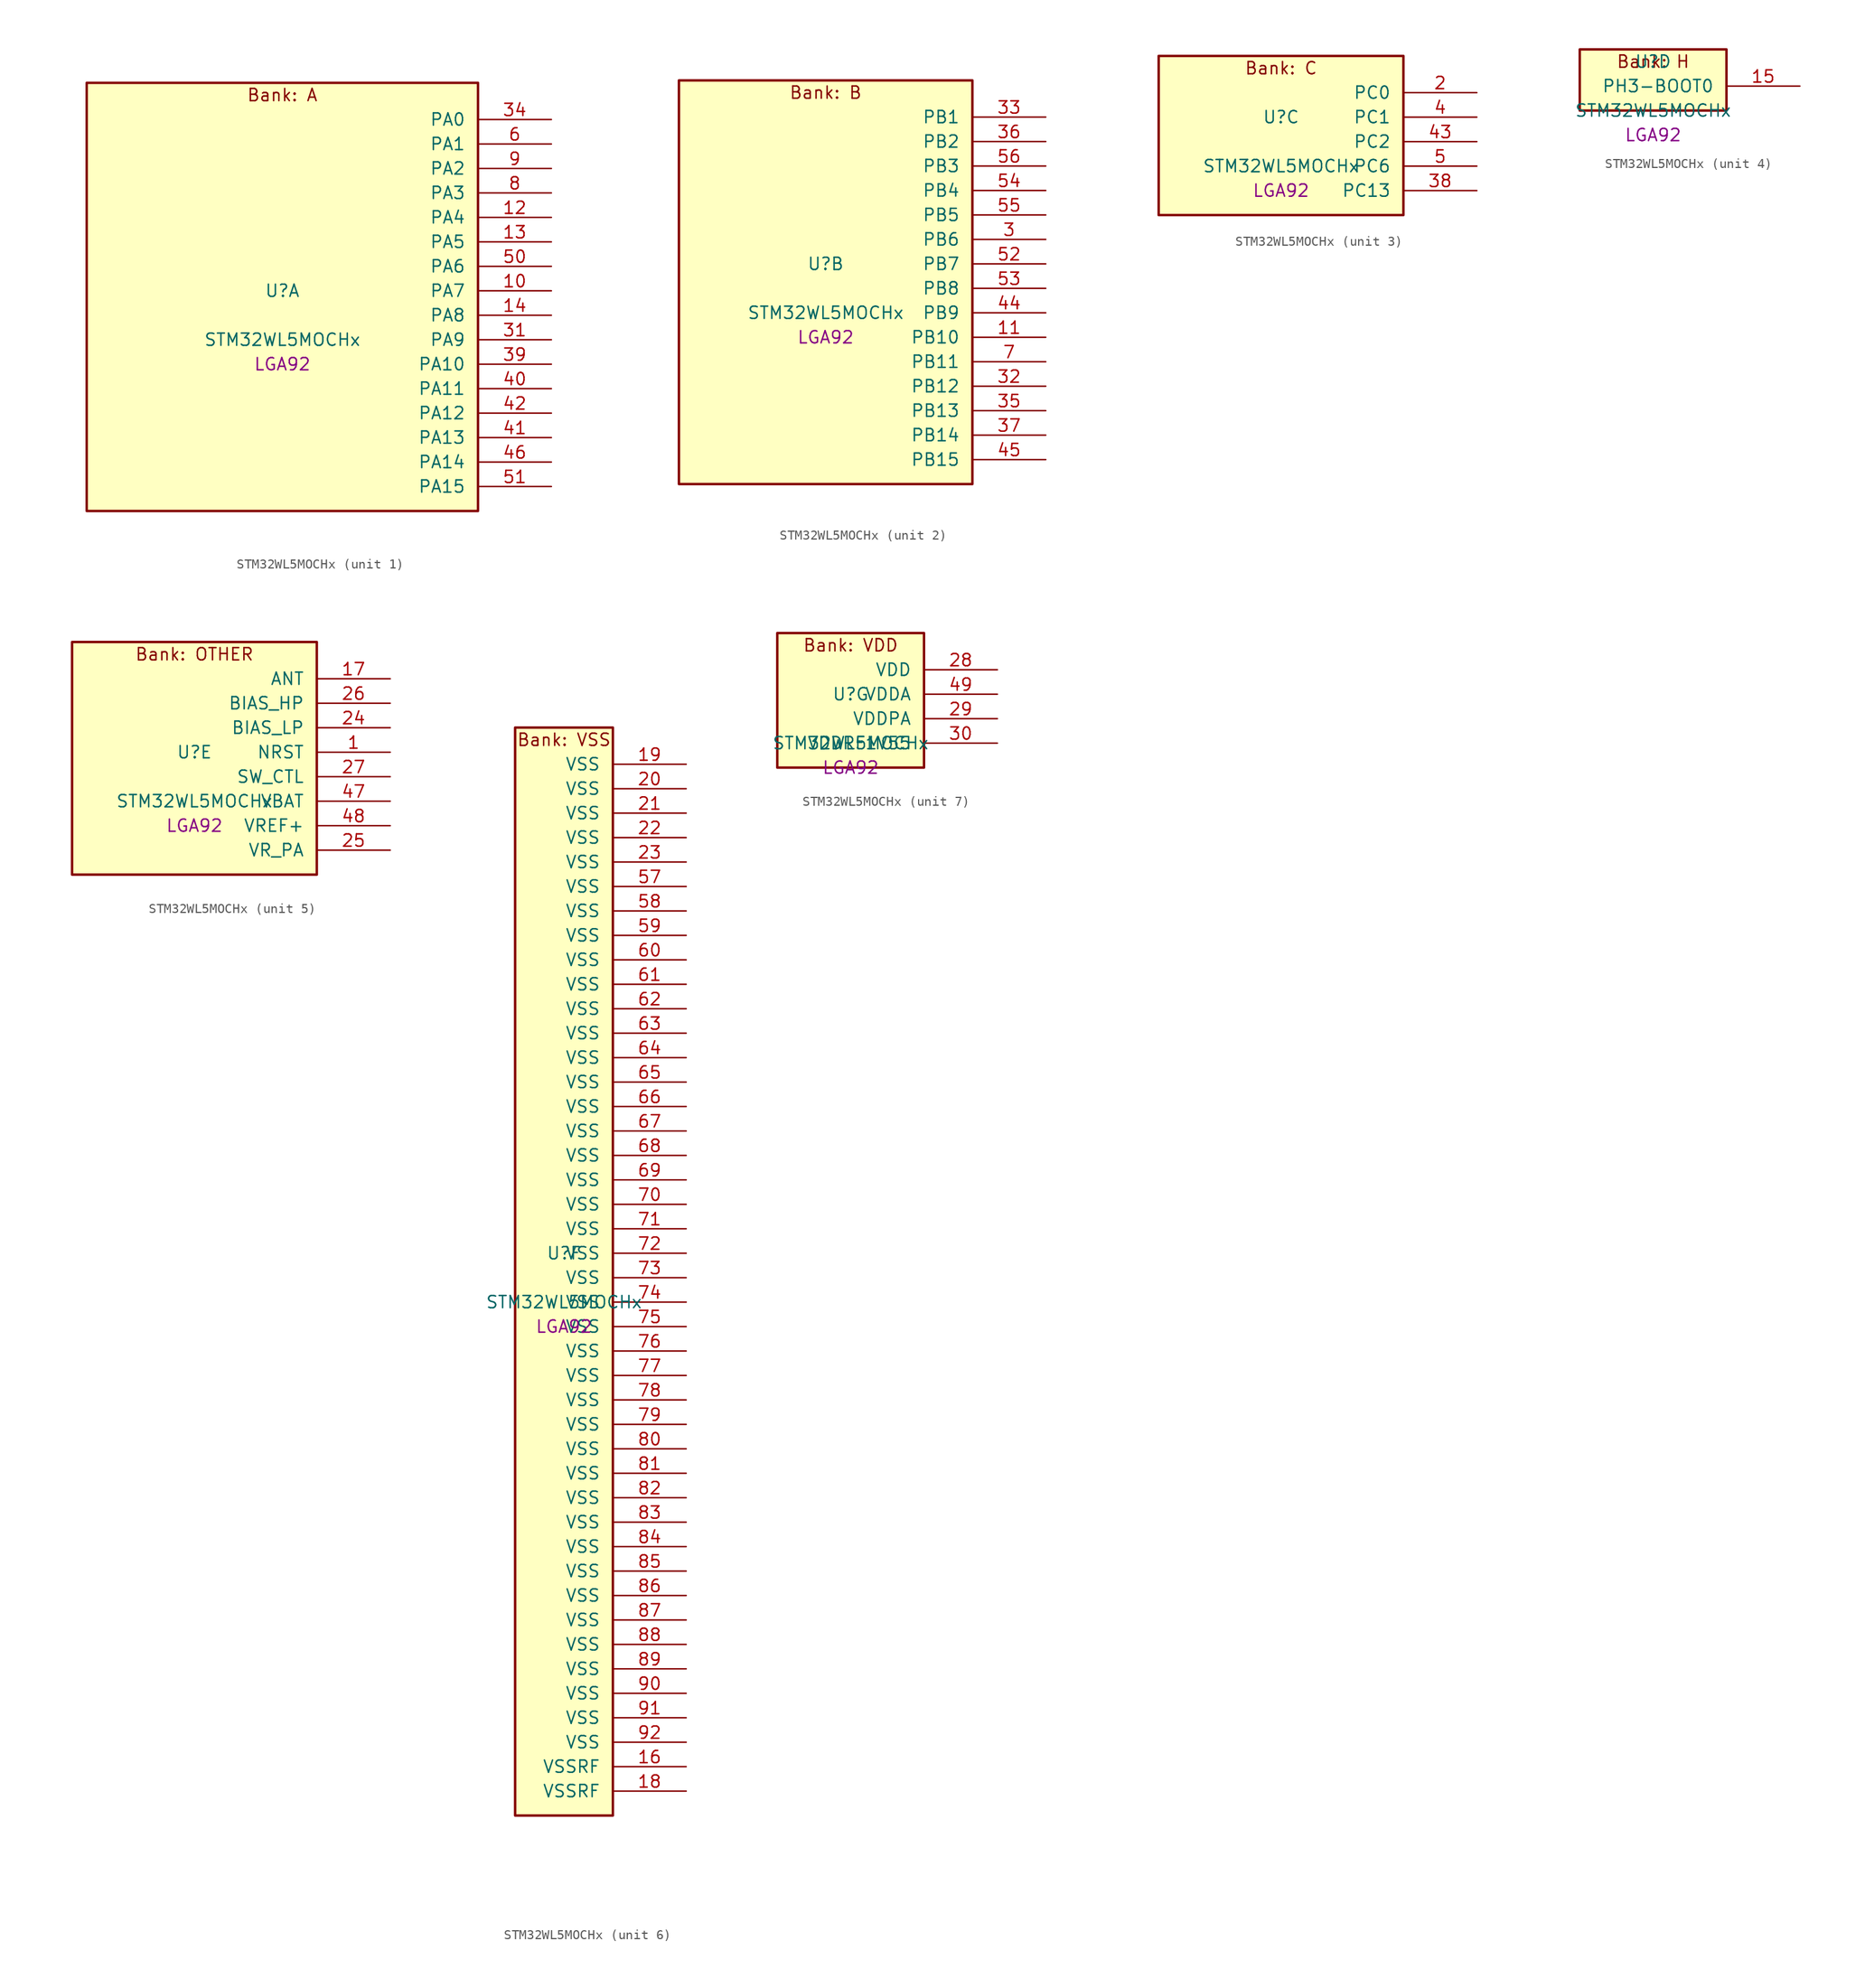
<source format=kicad_sym>
(kicad_symbol_lib
  (version 20241209)
  (generator "stm32_pkl_generator")
  (generator_version "1.0")
  (symbol "STM32WL5MOCHx"
    (pin_names
      (offset 1.27))
    (property "Reference" "U"
      (at 0 2.54 0))
    (property "Value" "STM32WL5MOCHx"
      (at 0 -2.54 0))
    (property "Footprint" "LGA92"
      (at 0 -5.08 0))
    (symbol "STM32WL5MOCHx_1_1"
      (rectangle (start -20.32 24.13) (end 20.32 -20.32) (stroke (width 0.254) (type solid)) (fill (type background)))
      (text "Bank: A" (at 0 22.86 0))
      (pin bidirectional line (at 27.94 20.32 180) (length 7.62) (name "PA0") (number "34") (alternate "PA0/COMP1_OUT" bidirectional line) (alternate "PA0/DEBUG_PWR-REGLP1S" bidirectional line) (alternate "PA0/I2C3_SMBA" bidirectional line) (alternate "PA0/I2S_CKIN" bidirectional line) (alternate "PA0/PWR_WKUP1" bidirectional line) (alternate "PA0/RTC_TAMP_IN2" bidirectional line) (alternate "PA0/TIM2_CH1" bidirectional line) (alternate "PA0/TIM2_ETR" bidirectional line) (alternate "PA0/USART2_CTS" bidirectional line) (alternate "PA0/USART2_NSS" bidirectional line))
      (pin bidirectional line (at 27.94 17.78 180) (length 7.62) (name "PA1") (number "6") (alternate "PA1/DEBUG_PWR-REGLP2S" bidirectional line) (alternate "PA1/I2C1_SMBA" bidirectional line) (alternate "PA1/LPTIM3_OUT" bidirectional line) (alternate "PA1/LPUART1_RTS" bidirectional line) (alternate "PA1/SPI1_SCK" bidirectional line) (alternate "PA1/TIM2_CH2" bidirectional line) (alternate "PA1/USART2_DE" bidirectional line) (alternate "PA1/USART2_RTS" bidirectional line))
      (pin bidirectional line (at 27.94 15.24 180) (length 7.62) (name "PA2") (number "9") (alternate "PA2/COMP2_OUT" bidirectional line) (alternate "PA2/DEBUG_PWR-LDORDY" bidirectional line) (alternate "PA2/LPUART1_TX" bidirectional line) (alternate "PA2/RCC_LSCO" bidirectional line) (alternate "PA2/TIM2_CH3" bidirectional line) (alternate "PA2/USART2_TX" bidirectional line))
      (pin bidirectional line (at 27.94 12.7 180) (length 7.62) (name "PA3") (number "8") (alternate "PA3/I2S2_MCK" bidirectional line) (alternate "PA3/LPUART1_RX" bidirectional line) (alternate "PA3/TIM2_CH4" bidirectional line) (alternate "PA3/USART2_RX" bidirectional line))
      (pin bidirectional line (at 27.94 10.16 180) (length 7.62) (name "PA4") (number "12") (alternate "PA4/DEBUG_SUBGHZSPI-NSSOUT" bidirectional line) (alternate "PA4/LPTIM1_OUT" bidirectional line) (alternate "PA4/LPTIM2_OUT" bidirectional line) (alternate "PA4/RTC_OUT2" bidirectional line) (alternate "PA4/SPI1_NSS" bidirectional line) (alternate "PA4/USART2_CK" bidirectional line))
      (pin bidirectional line (at 27.94 7.62 180) (length 7.62) (name "PA5") (number "13") (alternate "PA5/DEBUG_SUBGHZSPI-SCKOUT" bidirectional line) (alternate "PA5/LPTIM2_ETR" bidirectional line) (alternate "PA5/SPI1_SCK" bidirectional line) (alternate "PA5/SPI2_MISO" bidirectional line) (alternate "PA5/TIM2_CH1" bidirectional line) (alternate "PA5/TIM2_ETR" bidirectional line))
      (pin bidirectional line (at 27.94 5.08 180) (length 7.62) (name "PA6") (number "50") (alternate "PA6/DEBUG_SUBGHZSPI-MISOOUT" bidirectional line) (alternate "PA6/I2C2_SMBA" bidirectional line) (alternate "PA6/LPUART1_CTS" bidirectional line) (alternate "PA6/SPI1_MISO" bidirectional line) (alternate "PA6/TIM16_CH1" bidirectional line) (alternate "PA6/TIM1_BKIN" bidirectional line))
      (pin bidirectional line (at 27.94 2.54 180) (length 7.62) (name "PA7") (number "10") (alternate "PA7/COMP2_OUT" bidirectional line) (alternate "PA7/DEBUG_SUBGHZSPI-MOSIOUT" bidirectional line) (alternate "PA7/I2C3_SCL" bidirectional line) (alternate "PA7/SPI1_MOSI" bidirectional line) (alternate "PA7/TIM17_CH1" bidirectional line) (alternate "PA7/TIM1_CH1N" bidirectional line))
      (pin bidirectional line (at 27.94 0 180) (length 7.62) (name "PA8") (number "14") (alternate "PA8/I2S2_CK" bidirectional line) (alternate "PA8/LPTIM2_OUT" bidirectional line) (alternate "PA8/RCC_MCO" bidirectional line) (alternate "PA8/SPI2_SCK" bidirectional line) (alternate "PA8/TIM1_CH1" bidirectional line) (alternate "PA8/USART1_CK" bidirectional line))
      (pin bidirectional line (at 27.94 -2.54 180) (length 7.62) (name "PA9") (number "31") (alternate "PA9/DAC_EXTI9" bidirectional line) (alternate "PA9/I2C1_SCL" bidirectional line) (alternate "PA9/I2S2_CK" bidirectional line) (alternate "PA9/I2S2_WS" bidirectional line) (alternate "PA9/SPI2_NSS" bidirectional line) (alternate "PA9/SPI2_SCK" bidirectional line) (alternate "PA9/TIM1_CH2" bidirectional line) (alternate "PA9/USART1_TX" bidirectional line))
      (pin bidirectional line (at 27.94 -5.08 180) (length 7.62) (name "PA10") (number "39") (alternate "PA10/ADC_IN6" bidirectional line) (alternate "PA10/COMP1_INM" bidirectional line) (alternate "PA10/COMP2_INM" bidirectional line) (alternate "PA10/DAC_OUT1" bidirectional line) (alternate "PA10/DEBUG_RF-HSE32RDY" bidirectional line) (alternate "PA10/I2C1_SDA" bidirectional line) (alternate "PA10/I2S2_SD" bidirectional line) (alternate "PA10/RTC_REFIN" bidirectional line) (alternate "PA10/SPI2_MOSI" bidirectional line) (alternate "PA10/TIM17_BKIN" bidirectional line) (alternate "PA10/TIM1_CH3" bidirectional line) (alternate "PA10/USART1_RX" bidirectional line))
      (pin bidirectional line (at 27.94 -7.62 180) (length 7.62) (name "PA11") (number "40") (alternate "PA11/ADC_EXTI11" bidirectional line) (alternate "PA11/ADC_IN7" bidirectional line) (alternate "PA11/COMP1_INM" bidirectional line) (alternate "PA11/COMP2_INM" bidirectional line) (alternate "PA11/DEBUG_RF-NRESET" bidirectional line) (alternate "PA11/I2C2_SDA" bidirectional line) (alternate "PA11/LPTIM3_ETR" bidirectional line) (alternate "PA11/SPI1_MISO" bidirectional line) (alternate "PA11/TIM1_BKIN2" bidirectional line) (alternate "PA11/TIM1_CH4" bidirectional line) (alternate "PA11/USART1_CTS" bidirectional line) (alternate "PA11/USART1_NSS" bidirectional line))
      (pin bidirectional line (at 27.94 -10.16 180) (length 7.62) (name "PA12") (number "42") (alternate "PA12/ADC_IN8" bidirectional line) (alternate "PA12/DEBUG_RF-BUSY" bidirectional line) (alternate "PA12/I2C2_SCL" bidirectional line) (alternate "PA12/LPTIM3_IN1" bidirectional line) (alternate "PA12/SPI1_MOSI" bidirectional line) (alternate "PA12/TIM1_ETR" bidirectional line) (alternate "PA12/USART1_DE" bidirectional line) (alternate "PA12/USART1_RTS" bidirectional line))
      (pin bidirectional line (at 27.94 -12.7 180) (length 7.62) (name "PA13") (number "41") (alternate "PA13/ADC_IN9" bidirectional line) (alternate "PA13/DEBUG_JTMS-SWDIO" bidirectional line) (alternate "PA13/I2C2_SMBA" bidirectional line) (alternate "PA13/IR_OUT" bidirectional line))
      (pin bidirectional line (at 27.94 -15.24 180) (length 7.62) (name "PA14") (number "46") (alternate "PA14/ADC_IN10" bidirectional line) (alternate "PA14/DEBUG_JTCK-SWCLK" bidirectional line) (alternate "PA14/I2C1_SMBA" bidirectional line) (alternate "PA14/LPTIM1_OUT" bidirectional line))
      (pin bidirectional line (at 27.94 -17.78 180) (length 7.62) (name "PA15") (number "51") (alternate "PA15/ADC_IN11" bidirectional line) (alternate "PA15/COMP1_INM" bidirectional line) (alternate "PA15/COMP2_INP" bidirectional line) (alternate "PA15/DEBUG_JTDI" bidirectional line) (alternate "PA15/I2C2_SDA" bidirectional line) (alternate "PA15/SPI1_NSS" bidirectional line) (alternate "PA15/TIM2_CH1" bidirectional line) (alternate "PA15/TIM2_ETR" bidirectional line)))
    (symbol "STM32WL5MOCHx_2_1"
      (rectangle (start -15.24 21.59) (end 15.24 -20.32) (stroke (width 0.254) (type solid)) (fill (type background)))
      (text "Bank: B" (at 0 20.32 0))
      (pin bidirectional line (at 22.86 17.78 180) (length 7.62) (name "PB1") (number "33") (alternate "PB1/ADC_IN5" bidirectional line) (alternate "PB1/COMP2_INP" bidirectional line) (alternate "PB1/LPTIM2_IN1" bidirectional line) (alternate "PB1/LPUART1_DE" bidirectional line) (alternate "PB1/LPUART1_RTS" bidirectional line))
      (pin bidirectional line (at 22.86 15.24 180) (length 7.62) (name "PB2") (number "36") (alternate "PB2/ADC_IN4" bidirectional line) (alternate "PB2/COMP1_INP" bidirectional line) (alternate "PB2/COMP2_INM" bidirectional line) (alternate "PB2/DEBUG_RF-SMPSRDY" bidirectional line) (alternate "PB2/I2C3_SMBA" bidirectional line) (alternate "PB2/LPTIM1_OUT" bidirectional line) (alternate "PB2/SPI1_NSS" bidirectional line))
      (pin bidirectional line (at 22.86 12.7 180) (length 7.62) (name "PB3") (number "56") (alternate "PB3/ADC_IN2" bidirectional line) (alternate "PB3/COMP1_INM" bidirectional line) (alternate "PB3/COMP2_INM" bidirectional line) (alternate "PB3/DEBUG_JTDO-SWO" bidirectional line) (alternate "PB3/DEBUG_RF-DTB1" bidirectional line) (alternate "PB3/PWR_WKUP3" bidirectional line) (alternate "PB3/RTC_TAMP_IN3" bidirectional line) (alternate "PB3/SPI1_SCK" bidirectional line) (alternate "PB3/TIM2_CH2" bidirectional line) (alternate "PB3/USART1_DE" bidirectional line) (alternate "PB3/USART1_RTS" bidirectional line))
      (pin bidirectional line (at 22.86 10.16 180) (length 7.62) (name "PB4") (number "54") (alternate "PB4/ADC_IN3" bidirectional line) (alternate "PB4/COMP1_INP" bidirectional line) (alternate "PB4/COMP2_INP" bidirectional line) (alternate "PB4/DEBUG_JTRST" bidirectional line) (alternate "PB4/DEBUG_RF-LDORDY" bidirectional line) (alternate "PB4/I2C3_SDA" bidirectional line) (alternate "PB4/SPI1_MISO" bidirectional line) (alternate "PB4/TIM17_BKIN" bidirectional line) (alternate "PB4/USART1_CTS" bidirectional line) (alternate "PB4/USART1_NSS" bidirectional line))
      (pin bidirectional line (at 22.86 7.62 180) (length 7.62) (name "PB5") (number "55") (alternate "PB5/COMP2_OUT" bidirectional line) (alternate "PB5/I2C1_SMBA" bidirectional line) (alternate "PB5/LPTIM1_IN1" bidirectional line) (alternate "PB5/SPI1_MOSI" bidirectional line) (alternate "PB5/TIM16_BKIN" bidirectional line) (alternate "PB5/USART1_CK" bidirectional line))
      (pin bidirectional line (at 22.86 5.08 180) (length 7.62) (name "PB6") (number "3") (alternate "PB6/I2C1_SCL" bidirectional line) (alternate "PB6/LPTIM1_ETR" bidirectional line) (alternate "PB6/TIM16_CH1N" bidirectional line) (alternate "PB6/USART1_TX" bidirectional line))
      (pin bidirectional line (at 22.86 2.54 180) (length 7.62) (name "PB7") (number "52") (alternate "PB7/I2C1_SDA" bidirectional line) (alternate "PB7/LPTIM1_IN2" bidirectional line) (alternate "PB7/PWR_PVD_IN" bidirectional line) (alternate "PB7/TIM17_CH1N" bidirectional line) (alternate "PB7/TIM1_BKIN" bidirectional line) (alternate "PB7/USART1_RX" bidirectional line))
      (pin bidirectional line (at 22.86 0 180) (length 7.62) (name "PB8") (number "53") (alternate "PB8/I2C1_SCL" bidirectional line) (alternate "PB8/TIM16_CH1" bidirectional line) (alternate "PB8/TIM1_CH2N" bidirectional line))
      (pin bidirectional line (at 22.86 -2.54 180) (length 7.62) (name "PB9") (number "44") (alternate "PB9/DAC_EXTI9" bidirectional line) (alternate "PB9/I2C1_SDA" bidirectional line) (alternate "PB9/I2S2_WS" bidirectional line) (alternate "PB9/IR_OUT" bidirectional line) (alternate "PB9/SPI2_NSS" bidirectional line) (alternate "PB9/TIM17_CH1" bidirectional line) (alternate "PB9/TIM1_CH3N" bidirectional line))
      (pin bidirectional line (at 22.86 -5.08 180) (length 7.62) (name "PB10") (number "11") (alternate "PB10/COMP1_OUT" bidirectional line) (alternate "PB10/I2C3_SCL" bidirectional line) (alternate "PB10/I2S2_CK" bidirectional line) (alternate "PB10/LPUART1_RX" bidirectional line) (alternate "PB10/SPI2_SCK" bidirectional line) (alternate "PB10/TIM2_CH3" bidirectional line))
      (pin bidirectional line (at 22.86 -7.62 180) (length 7.62) (name "PB11") (number "7") (alternate "PB11/ADC_EXTI11" bidirectional line) (alternate "PB11/COMP2_OUT" bidirectional line) (alternate "PB11/I2C3_SDA" bidirectional line) (alternate "PB11/LPUART1_TX" bidirectional line) (alternate "PB11/TIM2_CH4" bidirectional line))
      (pin bidirectional line (at 22.86 -10.16 180) (length 7.62) (name "PB12") (number "32") (alternate "PB12/I2C3_SMBA" bidirectional line) (alternate "PB12/I2S2_WS" bidirectional line) (alternate "PB12/LPUART1_RTS" bidirectional line) (alternate "PB12/SPI2_NSS" bidirectional line) (alternate "PB12/TIM1_BKIN" bidirectional line))
      (pin bidirectional line (at 22.86 -12.7 180) (length 7.62) (name "PB13") (number "35") (alternate "PB13/ADC_IN0" bidirectional line) (alternate "PB13/I2C3_SCL" bidirectional line) (alternate "PB13/I2S2_CK" bidirectional line) (alternate "PB13/LPUART1_CTS" bidirectional line) (alternate "PB13/SPI2_SCK" bidirectional line) (alternate "PB13/TIM1_CH1N" bidirectional line))
      (pin bidirectional line (at 22.86 -15.24 180) (length 7.62) (name "PB14") (number "37") (alternate "PB14/ADC_IN1" bidirectional line) (alternate "PB14/I2C3_SDA" bidirectional line) (alternate "PB14/I2S2_MCK" bidirectional line) (alternate "PB14/SPI2_MISO" bidirectional line) (alternate "PB14/TIM1_CH2N" bidirectional line))
      (pin bidirectional line (at 22.86 -17.78 180) (length 7.62) (name "PB15") (number "45") (alternate "PB15/I2C2_SCL" bidirectional line) (alternate "PB15/I2S2_SD" bidirectional line) (alternate "PB15/SPI2_MOSI" bidirectional line) (alternate "PB15/TIM1_CH3N" bidirectional line)))
    (symbol "STM32WL5MOCHx_3_1"
      (rectangle (start -12.7 8.89) (end 12.7 -7.62) (stroke (width 0.254) (type solid)) (fill (type background)))
      (text "Bank: C" (at 0 7.62 0))
      (pin bidirectional line (at 20.32 5.08 180) (length 7.62) (name "PC0") (number "2") (alternate "PC0/I2C3_SCL" bidirectional line) (alternate "PC0/LPTIM1_IN1" bidirectional line) (alternate "PC0/LPTIM2_IN1" bidirectional line) (alternate "PC0/LPUART1_RX" bidirectional line))
      (pin bidirectional line (at 20.32 2.54 180) (length 7.62) (name "PC1") (number "4") (alternate "PC1/I2C3_SDA" bidirectional line) (alternate "PC1/I2S2_SD" bidirectional line) (alternate "PC1/LPTIM1_OUT" bidirectional line) (alternate "PC1/LPUART1_TX" bidirectional line) (alternate "PC1/SPI2_MOSI" bidirectional line))
      (pin bidirectional line (at 20.32 0 180) (length 7.62) (name "PC2") (number "43") (alternate "PC2/LPTIM1_IN2" bidirectional line) (alternate "PC2/SPI2_MISO" bidirectional line))
      (pin bidirectional line (at 20.32 -2.54 180) (length 7.62) (name "PC6") (number "5") (alternate "PC6/I2S2_MCK" bidirectional line))
      (pin bidirectional line (at 20.32 -5.08 180) (length 7.62) (name "PC13") (number "38") (alternate "PC13/PWR_WKUP2" bidirectional line) (alternate "PC13/RTC_OUT1" bidirectional line) (alternate "PC13/RTC_TAMP_IN1" bidirectional line) (alternate "PC13/RTC_TS" bidirectional line)))
    (symbol "STM32WL5MOCHx_4_1"
      (rectangle (start -7.62 3.81) (end 7.62 -2.54) (stroke (width 0.254) (type solid)) (fill (type background)))
      (text "Bank: H" (at 0 2.54 0))
      (pin bidirectional line (at 15.24 0 180) (length 7.62) (name "PH3-BOOT0") (number "15")))
    (symbol "STM32WL5MOCHx_5_1"
      (rectangle (start -12.7 13.97) (end 12.7 -10.16) (stroke (width 0.254) (type solid)) (fill (type background)))
      (text "Bank: OTHER" (at 0 12.7 0))
      (pin bidirectional line (at 20.32 10.16 180) (length 7.62) (name "ANT") (number "17"))
      (pin bidirectional line (at 20.32 7.62 180) (length 7.62) (name "BIAS_HP") (number "26"))
      (pin bidirectional line (at 20.32 5.08 180) (length 7.62) (name "BIAS_LP") (number "24"))
      (pin input line (at 20.32 2.54 180) (length 7.62) (name "NRST") (number "1"))
      (pin bidirectional line (at 20.32 0 180) (length 7.62) (name "SW_CTL") (number "27"))
      (pin power_in line (at 20.32 -2.54 180) (length 7.62) (name "VBAT") (number "47"))
      (pin bidirectional line (at 20.32 -5.08 180) (length 7.62) (name "VREF+") (number "48") (alternate "VREF+/VREFBUF_OUT" bidirectional line))
      (pin power_in line (at 20.32 -7.62 180) (length 7.62) (name "VR_PA") (number "25")))
    (symbol "STM32WL5MOCHx_6_1"
      (rectangle (start -5.08 57.15) (end 5.08 -55.88) (stroke (width 0.254) (type solid)) (fill (type background)))
      (text "Bank: VSS" (at 0 55.88 0))
      (pin power_in line (at 12.7 53.34 180) (length 7.62) (name "VSS") (number "19"))
      (pin power_in line (at 12.7 50.8 180) (length 7.62) (name "VSS") (number "20"))
      (pin power_in line (at 12.7 48.26 180) (length 7.62) (name "VSS") (number "21"))
      (pin power_in line (at 12.7 45.72 180) (length 7.62) (name "VSS") (number "22"))
      (pin power_in line (at 12.7 43.18 180) (length 7.62) (name "VSS") (number "23"))
      (pin power_in line (at 12.7 40.64 180) (length 7.62) (name "VSS") (number "57"))
      (pin power_in line (at 12.7 38.1 180) (length 7.62) (name "VSS") (number "58"))
      (pin power_in line (at 12.7 35.56 180) (length 7.62) (name "VSS") (number "59"))
      (pin power_in line (at 12.7 33.02 180) (length 7.62) (name "VSS") (number "60"))
      (pin power_in line (at 12.7 30.48 180) (length 7.62) (name "VSS") (number "61"))
      (pin power_in line (at 12.7 27.94 180) (length 7.62) (name "VSS") (number "62"))
      (pin power_in line (at 12.7 25.4 180) (length 7.62) (name "VSS") (number "63"))
      (pin power_in line (at 12.7 22.86 180) (length 7.62) (name "VSS") (number "64"))
      (pin power_in line (at 12.7 20.32 180) (length 7.62) (name "VSS") (number "65"))
      (pin power_in line (at 12.7 17.78 180) (length 7.62) (name "VSS") (number "66"))
      (pin power_in line (at 12.7 15.24 180) (length 7.62) (name "VSS") (number "67"))
      (pin power_in line (at 12.7 12.7 180) (length 7.62) (name "VSS") (number "68"))
      (pin power_in line (at 12.7 10.16 180) (length 7.62) (name "VSS") (number "69"))
      (pin power_in line (at 12.7 7.62 180) (length 7.62) (name "VSS") (number "70"))
      (pin power_in line (at 12.7 5.08 180) (length 7.62) (name "VSS") (number "71"))
      (pin power_in line (at 12.7 2.54 180) (length 7.62) (name "VSS") (number "72"))
      (pin power_in line (at 12.7 0 180) (length 7.62) (name "VSS") (number "73"))
      (pin power_in line (at 12.7 -2.54 180) (length 7.62) (name "VSS") (number "74"))
      (pin power_in line (at 12.7 -5.08 180) (length 7.62) (name "VSS") (number "75"))
      (pin power_in line (at 12.7 -7.62 180) (length 7.62) (name "VSS") (number "76"))
      (pin power_in line (at 12.7 -10.16 180) (length 7.62) (name "VSS") (number "77"))
      (pin power_in line (at 12.7 -12.7 180) (length 7.62) (name "VSS") (number "78"))
      (pin power_in line (at 12.7 -15.24 180) (length 7.62) (name "VSS") (number "79"))
      (pin power_in line (at 12.7 -17.78 180) (length 7.62) (name "VSS") (number "80"))
      (pin power_in line (at 12.7 -20.32 180) (length 7.62) (name "VSS") (number "81"))
      (pin power_in line (at 12.7 -22.86 180) (length 7.62) (name "VSS") (number "82"))
      (pin power_in line (at 12.7 -25.4 180) (length 7.62) (name "VSS") (number "83"))
      (pin power_in line (at 12.7 -27.94 180) (length 7.62) (name "VSS") (number "84"))
      (pin power_in line (at 12.7 -30.48 180) (length 7.62) (name "VSS") (number "85"))
      (pin power_in line (at 12.7 -33.02 180) (length 7.62) (name "VSS") (number "86"))
      (pin power_in line (at 12.7 -35.56 180) (length 7.62) (name "VSS") (number "87"))
      (pin power_in line (at 12.7 -38.1 180) (length 7.62) (name "VSS") (number "88"))
      (pin power_in line (at 12.7 -40.64 180) (length 7.62) (name "VSS") (number "89"))
      (pin power_in line (at 12.7 -43.18 180) (length 7.62) (name "VSS") (number "90"))
      (pin power_in line (at 12.7 -45.72 180) (length 7.62) (name "VSS") (number "91"))
      (pin power_in line (at 12.7 -48.26 180) (length 7.62) (name "VSS") (number "92"))
      (pin power_in line (at 12.7 -50.8 180) (length 7.62) (name "VSSRF") (number "16"))
      (pin power_in line (at 12.7 -53.34 180) (length 7.62) (name "VSSRF") (number "18")))
    (symbol "STM32WL5MOCHx_7_1"
      (rectangle (start -7.62 8.89) (end 7.62 -5.08) (stroke (width 0.254) (type solid)) (fill (type background)))
      (text "Bank: VDD" (at 0 7.62 0))
      (pin power_in line (at 15.24 5.08 180) (length 7.62) (name "VDD") (number "28"))
      (pin power_in line (at 15.24 2.54 180) (length 7.62) (name "VDDA") (number "49"))
      (pin power_in line (at 15.24 0 180) (length 7.62) (name "VDDPA") (number "29"))
      (pin power_in line (at 15.24 -2.54 180) (length 7.62) (name "VDDRF1V55") (number "30")))))
</source>
